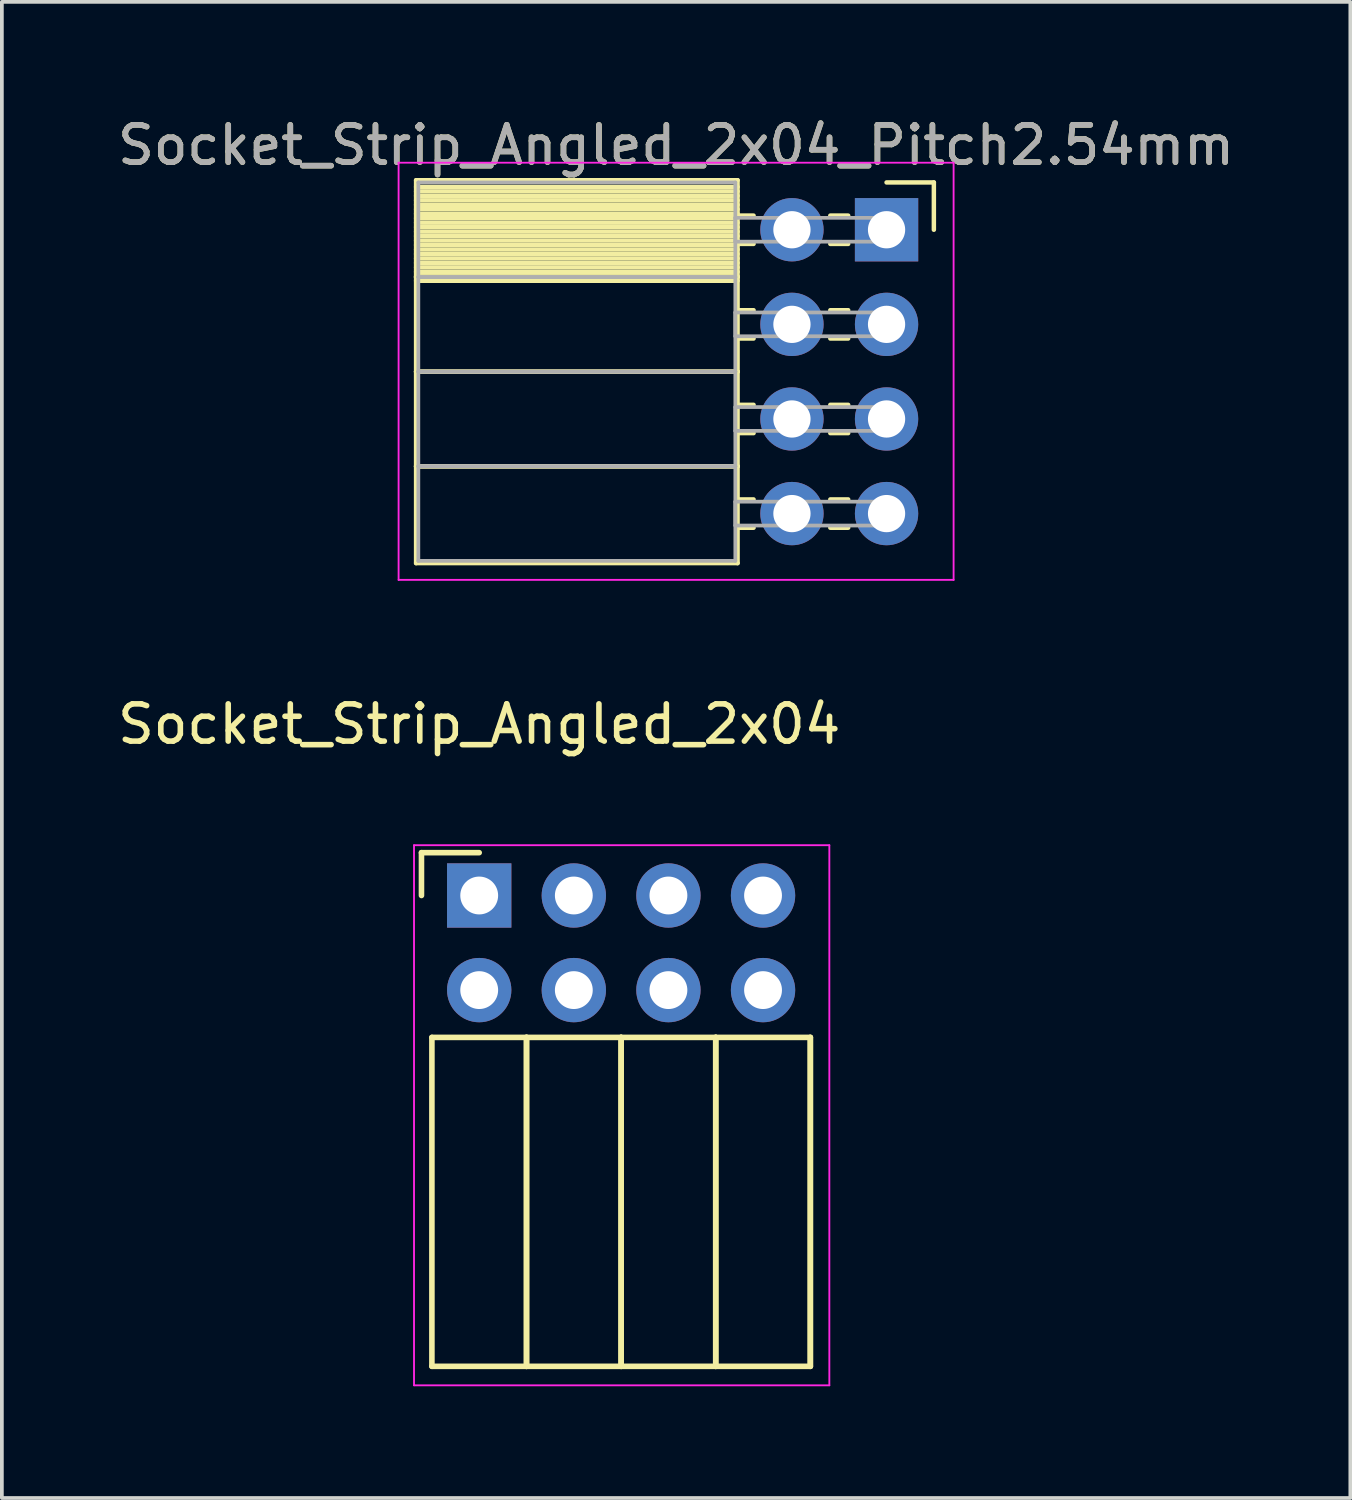
<source format=kicad_pcb>
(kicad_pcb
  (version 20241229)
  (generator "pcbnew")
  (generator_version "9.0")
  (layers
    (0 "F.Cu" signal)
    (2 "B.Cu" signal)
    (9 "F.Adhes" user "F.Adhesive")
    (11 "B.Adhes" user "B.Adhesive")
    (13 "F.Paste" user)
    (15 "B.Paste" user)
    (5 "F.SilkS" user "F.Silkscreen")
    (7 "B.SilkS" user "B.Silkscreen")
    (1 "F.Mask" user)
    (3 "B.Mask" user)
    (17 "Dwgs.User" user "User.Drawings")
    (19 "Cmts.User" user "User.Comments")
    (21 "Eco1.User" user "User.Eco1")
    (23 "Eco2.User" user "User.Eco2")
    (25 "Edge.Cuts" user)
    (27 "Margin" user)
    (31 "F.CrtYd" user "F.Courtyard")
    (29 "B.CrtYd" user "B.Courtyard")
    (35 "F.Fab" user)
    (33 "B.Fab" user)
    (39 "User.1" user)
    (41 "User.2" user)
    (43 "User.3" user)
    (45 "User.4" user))
  (footprint "Socket_Strip_Angled_2x04"
    (layer "F.Cu")
    (at 9.815 20.991)
    (property "Reference" "Socket_Strip_Angled_2x04" (at 0 -4.6 0) (layer "F.SilkS") (effects (font (size 1 1) (thickness 0.15))))
    (attr through_hole)
    (fp_line (start -1.55 -1.15) (end -1.55 0) (stroke (width 0.15) (type solid)) (layer "F.SilkS"))
    (fp_line (start -1.27 3.81) (end -1.27 12.64) (stroke (width 0.15) (type solid)) (layer "F.SilkS"))
    (fp_line (start -1.27 3.81) (end 1.27 3.81) (stroke (width 0.15) (type solid)) (layer "F.SilkS"))
    (fp_line (start -1.27 12.64) (end 1.27 12.64) (stroke (width 0.15) (type solid)) (layer "F.SilkS"))
    (fp_line (start 0 -1.15) (end -1.55 -1.15) (stroke (width 0.15) (type solid)) (layer "F.SilkS"))
    (fp_line (start 1.27 3.81) (end 1.27 12.64) (stroke (width 0.15) (type solid)) (layer "F.SilkS"))
    (fp_line (start 1.27 3.81) (end 3.81 3.81) (stroke (width 0.15) (type solid)) (layer "F.SilkS"))
    (fp_line (start 1.27 12.64) (end 1.27 3.81) (stroke (width 0.15) (type solid)) (layer "F.SilkS"))
    (fp_line (start 1.27 12.64) (end 3.81 12.64) (stroke (width 0.15) (type solid)) (layer "F.SilkS"))
    (fp_line (start 3.81 3.81) (end 3.81 12.64) (stroke (width 0.15) (type solid)) (layer "F.SilkS"))
    (fp_line (start 3.81 3.81) (end 6.35 3.81) (stroke (width 0.15) (type solid)) (layer "F.SilkS"))
    (fp_line (start 3.81 12.64) (end 3.81 3.81) (stroke (width 0.15) (type solid)) (layer "F.SilkS"))
    (fp_line (start 3.81 12.64) (end 6.35 12.64) (stroke (width 0.15) (type solid)) (layer "F.SilkS"))
    (fp_line (start 6.35 3.81) (end 6.35 12.64) (stroke (width 0.15) (type solid)) (layer "F.SilkS"))
    (fp_line (start 6.35 3.81) (end 8.89 3.81) (stroke (width 0.15) (type solid)) (layer "F.SilkS"))
    (fp_line (start 6.35 12.64) (end 6.35 3.81) (stroke (width 0.15) (type solid)) (layer "F.SilkS"))
    (fp_line (start 6.35 12.64) (end 8.89 12.64) (stroke (width 0.15) (type solid)) (layer "F.SilkS"))
    (fp_line (start 8.89 3.81) (end 8.89 12.64) (stroke (width 0.15) (type solid)) (layer "F.SilkS"))
    (fp_line (start 8.89 12.64) (end 8.89 3.81) (stroke (width 0.15) (type solid)) (layer "F.SilkS"))
    (fp_line (start -1.75 -1.35) (end -1.75 13.15) (stroke (width 0.05) (type solid)) (layer "F.CrtYd"))
    (fp_line (start -1.75 -1.35) (end 9.4 -1.35) (stroke (width 0.05) (type solid)) (layer "F.CrtYd"))
    (fp_line (start -1.75 13.15) (end 9.4 13.15) (stroke (width 0.05) (type solid)) (layer "F.CrtYd"))
    (fp_line (start 9.4 -1.35) (end 9.4 13.15) (stroke (width 0.05) (type solid)) (layer "F.CrtYd"))
    (pad "1" thru_hole rect (at 0 0) (size 1.727 1.727) (drill 1.016) (layers "*.Cu" "*.Mask"))
    (pad "2" thru_hole oval (at 0 2.54) (size 1.727 1.727) (drill 1.016) (layers "*.Cu" "*.Mask"))
    (pad "3" thru_hole oval (at 2.54 0) (size 1.727 1.727) (drill 1.016) (layers "*.Cu" "*.Mask"))
    (pad "4" thru_hole oval (at 2.54 2.54) (size 1.727 1.727) (drill 1.016) (layers "*.Cu" "*.Mask"))
    (pad "5" thru_hole oval (at 5.08 0) (size 1.727 1.727) (drill 1.016) (layers "*.Cu" "*.Mask"))
    (pad "6" thru_hole oval (at 5.08 2.54) (size 1.727 1.727) (drill 1.016) (layers "*.Cu" "*.Mask"))
    (pad "7" thru_hole oval (at 7.62 0) (size 1.727 1.727) (drill 1.016) (layers "*.Cu" "*.Mask"))
    (pad "8" thru_hole oval (at 7.62 2.54) (size 1.727 1.727) (drill 1.016) (layers "*.Cu" "*.Mask")))
  (footprint "Socket_Strip_Angled_2x04_Pitch2.54mm"
    (layer "F.Cu")
    (at 20.751 3.118)
    (property "Reference" "Socket_Strip_Angled_2x04_Pitch2.54mm" (at -5.65 -2.27 0) (layer "F.SilkS") (effects (font (size 1 1) (thickness 0.15))))
    (attr through_hole)
    (fp_line (start -12.63 -1.33) (end -4 -1.33) (stroke (width 0.12) (type solid)) (layer "F.SilkS"))
    (fp_line (start -12.63 1.27) (end -12.63 -1.33) (stroke (width 0.12) (type solid)) (layer "F.SilkS"))
    (fp_line (start -12.63 1.27) (end -4 1.27) (stroke (width 0.12) (type solid)) (layer "F.SilkS"))
    (fp_line (start -12.63 3.81) (end -12.63 1.27) (stroke (width 0.12) (type solid)) (layer "F.SilkS"))
    (fp_line (start -12.63 3.81) (end -4 3.81) (stroke (width 0.12) (type solid)) (layer "F.SilkS"))
    (fp_line (start -12.63 6.35) (end -12.63 3.81) (stroke (width 0.12) (type solid)) (layer "F.SilkS"))
    (fp_line (start -12.63 6.35) (end -4 6.35) (stroke (width 0.12) (type solid)) (layer "F.SilkS"))
    (fp_line (start -12.63 8.95) (end -12.63 6.35) (stroke (width 0.12) (type solid)) (layer "F.SilkS"))
    (fp_line (start -4 -1.33) (end -4 1.27) (stroke (width 0.12) (type solid)) (layer "F.SilkS"))
    (fp_line (start -4 -1.15) (end -12.63 -1.15) (stroke (width 0.12) (type solid)) (layer "F.SilkS"))
    (fp_line (start -4 -1.03) (end -12.63 -1.03) (stroke (width 0.12) (type solid)) (layer "F.SilkS"))
    (fp_line (start -4 -0.91) (end -12.63 -0.91) (stroke (width 0.12) (type solid)) (layer "F.SilkS"))
    (fp_line (start -4 -0.79) (end -12.63 -0.79) (stroke (width 0.12) (type solid)) (layer "F.SilkS"))
    (fp_line (start -4 -0.67) (end -12.63 -0.67) (stroke (width 0.12) (type solid)) (layer "F.SilkS"))
    (fp_line (start -4 -0.55) (end -12.63 -0.55) (stroke (width 0.12) (type solid)) (layer "F.SilkS"))
    (fp_line (start -4 -0.43) (end -12.63 -0.43) (stroke (width 0.12) (type solid)) (layer "F.SilkS"))
    (fp_line (start -4 -0.31) (end -12.63 -0.31) (stroke (width 0.12) (type solid)) (layer "F.SilkS"))
    (fp_line (start -4 -0.19) (end -12.63 -0.19) (stroke (width 0.12) (type solid)) (layer "F.SilkS"))
    (fp_line (start -4 -0.07) (end -12.63 -0.07) (stroke (width 0.12) (type solid)) (layer "F.SilkS"))
    (fp_line (start -4 0.05) (end -12.63 0.05) (stroke (width 0.12) (type solid)) (layer "F.SilkS"))
    (fp_line (start -4 0.17) (end -12.63 0.17) (stroke (width 0.12) (type solid)) (layer "F.SilkS"))
    (fp_line (start -4 0.29) (end -12.63 0.29) (stroke (width 0.12) (type solid)) (layer "F.SilkS"))
    (fp_line (start -4 0.41) (end -12.63 0.41) (stroke (width 0.12) (type solid)) (layer "F.SilkS"))
    (fp_line (start -4 0.53) (end -12.63 0.53) (stroke (width 0.12) (type solid)) (layer "F.SilkS"))
    (fp_line (start -4 0.65) (end -12.63 0.65) (stroke (width 0.12) (type solid)) (layer "F.SilkS"))
    (fp_line (start -4 0.77) (end -12.63 0.77) (stroke (width 0.12) (type solid)) (layer "F.SilkS"))
    (fp_line (start -4 0.89) (end -12.63 0.89) (stroke (width 0.12) (type solid)) (layer "F.SilkS"))
    (fp_line (start -4 1.01) (end -12.63 1.01) (stroke (width 0.12) (type solid)) (layer "F.SilkS"))
    (fp_line (start -4 1.13) (end -12.63 1.13) (stroke (width 0.12) (type solid)) (layer "F.SilkS"))
    (fp_line (start -4 1.25) (end -12.63 1.25) (stroke (width 0.12) (type solid)) (layer "F.SilkS"))
    (fp_line (start -4 1.27) (end -12.63 1.27) (stroke (width 0.12) (type solid)) (layer "F.SilkS"))
    (fp_line (start -4 1.27) (end -4 3.81) (stroke (width 0.12) (type solid)) (layer "F.SilkS"))
    (fp_line (start -4 1.37) (end -12.63 1.37) (stroke (width 0.12) (type solid)) (layer "F.SilkS"))
    (fp_line (start -4 3.81) (end -12.63 3.81) (stroke (width 0.12) (type solid)) (layer "F.SilkS"))
    (fp_line (start -4 3.81) (end -4 6.35) (stroke (width 0.12) (type solid)) (layer "F.SilkS"))
    (fp_line (start -4 6.35) (end -12.63 6.35) (stroke (width 0.12) (type solid)) (layer "F.SilkS"))
    (fp_line (start -4 6.35) (end -4 8.95) (stroke (width 0.12) (type solid)) (layer "F.SilkS"))
    (fp_line (start -4 8.95) (end -12.63 8.95) (stroke (width 0.12) (type solid)) (layer "F.SilkS"))
    (fp_line (start -3.57 -0.38) (end -4 -0.38) (stroke (width 0.12) (type solid)) (layer "F.SilkS"))
    (fp_line (start -3.57 0.38) (end -4 0.38) (stroke (width 0.12) (type solid)) (layer "F.SilkS"))
    (fp_line (start -3.57 2.16) (end -4 2.16) (stroke (width 0.12) (type solid)) (layer "F.SilkS"))
    (fp_line (start -3.57 2.92) (end -4 2.92) (stroke (width 0.12) (type solid)) (layer "F.SilkS"))
    (fp_line (start -3.57 4.7) (end -4 4.7) (stroke (width 0.12) (type solid)) (layer "F.SilkS"))
    (fp_line (start -3.57 5.46) (end -4 5.46) (stroke (width 0.12) (type solid)) (layer "F.SilkS"))
    (fp_line (start -3.57 7.24) (end -4 7.24) (stroke (width 0.12) (type solid)) (layer "F.SilkS"))
    (fp_line (start -3.57 8) (end -4 8) (stroke (width 0.12) (type solid)) (layer "F.SilkS"))
    (fp_line (start -1.03 -0.38) (end -1.51 -0.38) (stroke (width 0.12) (type solid)) (layer "F.SilkS"))
    (fp_line (start -1.03 0.38) (end -1.51 0.38) (stroke (width 0.12) (type solid)) (layer "F.SilkS"))
    (fp_line (start -1.03 2.16) (end -1.51 2.16) (stroke (width 0.12) (type solid)) (layer "F.SilkS"))
    (fp_line (start -1.03 2.92) (end -1.51 2.92) (stroke (width 0.12) (type solid)) (layer "F.SilkS"))
    (fp_line (start -1.03 4.7) (end -1.51 4.7) (stroke (width 0.12) (type solid)) (layer "F.SilkS"))
    (fp_line (start -1.03 5.46) (end -1.51 5.46) (stroke (width 0.12) (type solid)) (layer "F.SilkS"))
    (fp_line (start -1.03 7.24) (end -1.51 7.24) (stroke (width 0.12) (type solid)) (layer "F.SilkS"))
    (fp_line (start -1.03 8) (end -1.51 8) (stroke (width 0.12) (type solid)) (layer "F.SilkS"))
    (fp_line (start 0 -1.27) (end 1.27 -1.27) (stroke (width 0.12) (type solid)) (layer "F.SilkS"))
    (fp_line (start 1.27 -1.27) (end 1.27 0) (stroke (width 0.12) (type solid)) (layer "F.SilkS"))
    (fp_line (start -13.1 -1.8) (end 1.8 -1.8) (stroke (width 0.05) (type solid)) (layer "F.CrtYd"))
    (fp_line (start -13.1 9.4) (end -13.1 -1.8) (stroke (width 0.05) (type solid)) (layer "F.CrtYd"))
    (fp_line (start 1.8 -1.8) (end 1.8 9.4) (stroke (width 0.05) (type solid)) (layer "F.CrtYd"))
    (fp_line (start 1.8 9.4) (end -13.1 9.4) (stroke (width 0.05) (type solid)) (layer "F.CrtYd"))
    (fp_line (start -12.57 -1.27) (end -4.06 -1.27) (stroke (width 0.1) (type solid)) (layer "F.Fab"))
    (fp_line (start -12.57 1.27) (end -12.57 -1.27) (stroke (width 0.1) (type solid)) (layer "F.Fab"))
    (fp_line (start -12.57 1.27) (end -4.06 1.27) (stroke (width 0.1) (type solid)) (layer "F.Fab"))
    (fp_line (start -12.57 3.81) (end -12.57 1.27) (stroke (width 0.1) (type solid)) (layer "F.Fab"))
    (fp_line (start -12.57 3.81) (end -4.06 3.81) (stroke (width 0.1) (type solid)) (layer "F.Fab"))
    (fp_line (start -12.57 6.35) (end -12.57 3.81) (stroke (width 0.1) (type solid)) (layer "F.Fab"))
    (fp_line (start -12.57 6.35) (end -4.06 6.35) (stroke (width 0.1) (type solid)) (layer "F.Fab"))
    (fp_line (start -12.57 8.89) (end -12.57 6.35) (stroke (width 0.1) (type solid)) (layer "F.Fab"))
    (fp_line (start -4.06 -1.27) (end -4.06 1.27) (stroke (width 0.1) (type solid)) (layer "F.Fab"))
    (fp_line (start -4.06 -0.32) (end 0 -0.32) (stroke (width 0.1) (type solid)) (layer "F.Fab"))
    (fp_line (start -4.06 0.32) (end -4.06 -0.32) (stroke (width 0.1) (type solid)) (layer "F.Fab"))
    (fp_line (start -4.06 1.27) (end -12.57 1.27) (stroke (width 0.1) (type solid)) (layer "F.Fab"))
    (fp_line (start -4.06 1.27) (end -4.06 3.81) (stroke (width 0.1) (type solid)) (layer "F.Fab"))
    (fp_line (start -4.06 2.22) (end 0 2.22) (stroke (width 0.1) (type solid)) (layer "F.Fab"))
    (fp_line (start -4.06 2.86) (end -4.06 2.22) (stroke (width 0.1) (type solid)) (layer "F.Fab"))
    (fp_line (start -4.06 3.81) (end -12.57 3.81) (stroke (width 0.1) (type solid)) (layer "F.Fab"))
    (fp_line (start -4.06 3.81) (end -4.06 6.35) (stroke (width 0.1) (type solid)) (layer "F.Fab"))
    (fp_line (start -4.06 4.76) (end 0 4.76) (stroke (width 0.1) (type solid)) (layer "F.Fab"))
    (fp_line (start -4.06 5.4) (end -4.06 4.76) (stroke (width 0.1) (type solid)) (layer "F.Fab"))
    (fp_line (start -4.06 6.35) (end -12.57 6.35) (stroke (width 0.1) (type solid)) (layer "F.Fab"))
    (fp_line (start -4.06 6.35) (end -4.06 8.89) (stroke (width 0.1) (type solid)) (layer "F.Fab"))
    (fp_line (start -4.06 7.3) (end 0 7.3) (stroke (width 0.1) (type solid)) (layer "F.Fab"))
    (fp_line (start -4.06 7.94) (end -4.06 7.3) (stroke (width 0.1) (type solid)) (layer "F.Fab"))
    (fp_line (start -4.06 8.89) (end -12.57 8.89) (stroke (width 0.1) (type solid)) (layer "F.Fab"))
    (fp_line (start 0 -0.32) (end 0 0.32) (stroke (width 0.1) (type solid)) (layer "F.Fab"))
    (fp_line (start 0 0.32) (end -4.06 0.32) (stroke (width 0.1) (type solid)) (layer "F.Fab"))
    (fp_line (start 0 2.22) (end 0 2.86) (stroke (width 0.1) (type solid)) (layer "F.Fab"))
    (fp_line (start 0 2.86) (end -4.06 2.86) (stroke (width 0.1) (type solid)) (layer "F.Fab"))
    (fp_line (start 0 4.76) (end 0 5.4) (stroke (width 0.1) (type solid)) (layer "F.Fab"))
    (fp_line (start 0 5.4) (end -4.06 5.4) (stroke (width 0.1) (type solid)) (layer "F.Fab"))
    (fp_line (start 0 7.3) (end 0 7.94) (stroke (width 0.1) (type solid)) (layer "F.Fab"))
    (fp_line (start 0 7.94) (end -4.06 7.94) (stroke (width 0.1) (type solid)) (layer "F.Fab"))
    (fp_text user "${REFERENCE}" (at -5.65 -2.27 0) (layer "F.Fab") (effects (font (size 1 1) (thickness 0.15))))
    (pad "1" thru_hole rect (at 0 0) (size 1.7 1.7) (drill 1) (layers "*.Cu" "*.Mask"))
    (pad "2" thru_hole oval (at -2.54 0) (size 1.7 1.7) (drill 1) (layers "*.Cu" "*.Mask"))
    (pad "3" thru_hole oval (at 0 2.54) (size 1.7 1.7) (drill 1) (layers "*.Cu" "*.Mask"))
    (pad "4" thru_hole oval (at -2.54 2.54) (size 1.7 1.7) (drill 1) (layers "*.Cu" "*.Mask"))
    (pad "5" thru_hole oval (at 0 5.08) (size 1.7 1.7) (drill 1) (layers "*.Cu" "*.Mask"))
    (pad "6" thru_hole oval (at -2.54 5.08) (size 1.7 1.7) (drill 1) (layers "*.Cu" "*.Mask"))
    (pad "7" thru_hole oval (at 0 7.62) (size 1.7 1.7) (drill 1) (layers "*.Cu" "*.Mask"))
    (pad "8" thru_hole oval (at -2.54 7.62) (size 1.7 1.7) (drill 1) (layers "*.Cu" "*.Mask")))
  (gr_rect
    (start -3 -3)
    (end 33.202 37.166)
    (stroke (width 0.1) (type default))
    (fill no)
    (layer "Edge.Cuts")))
</source>
